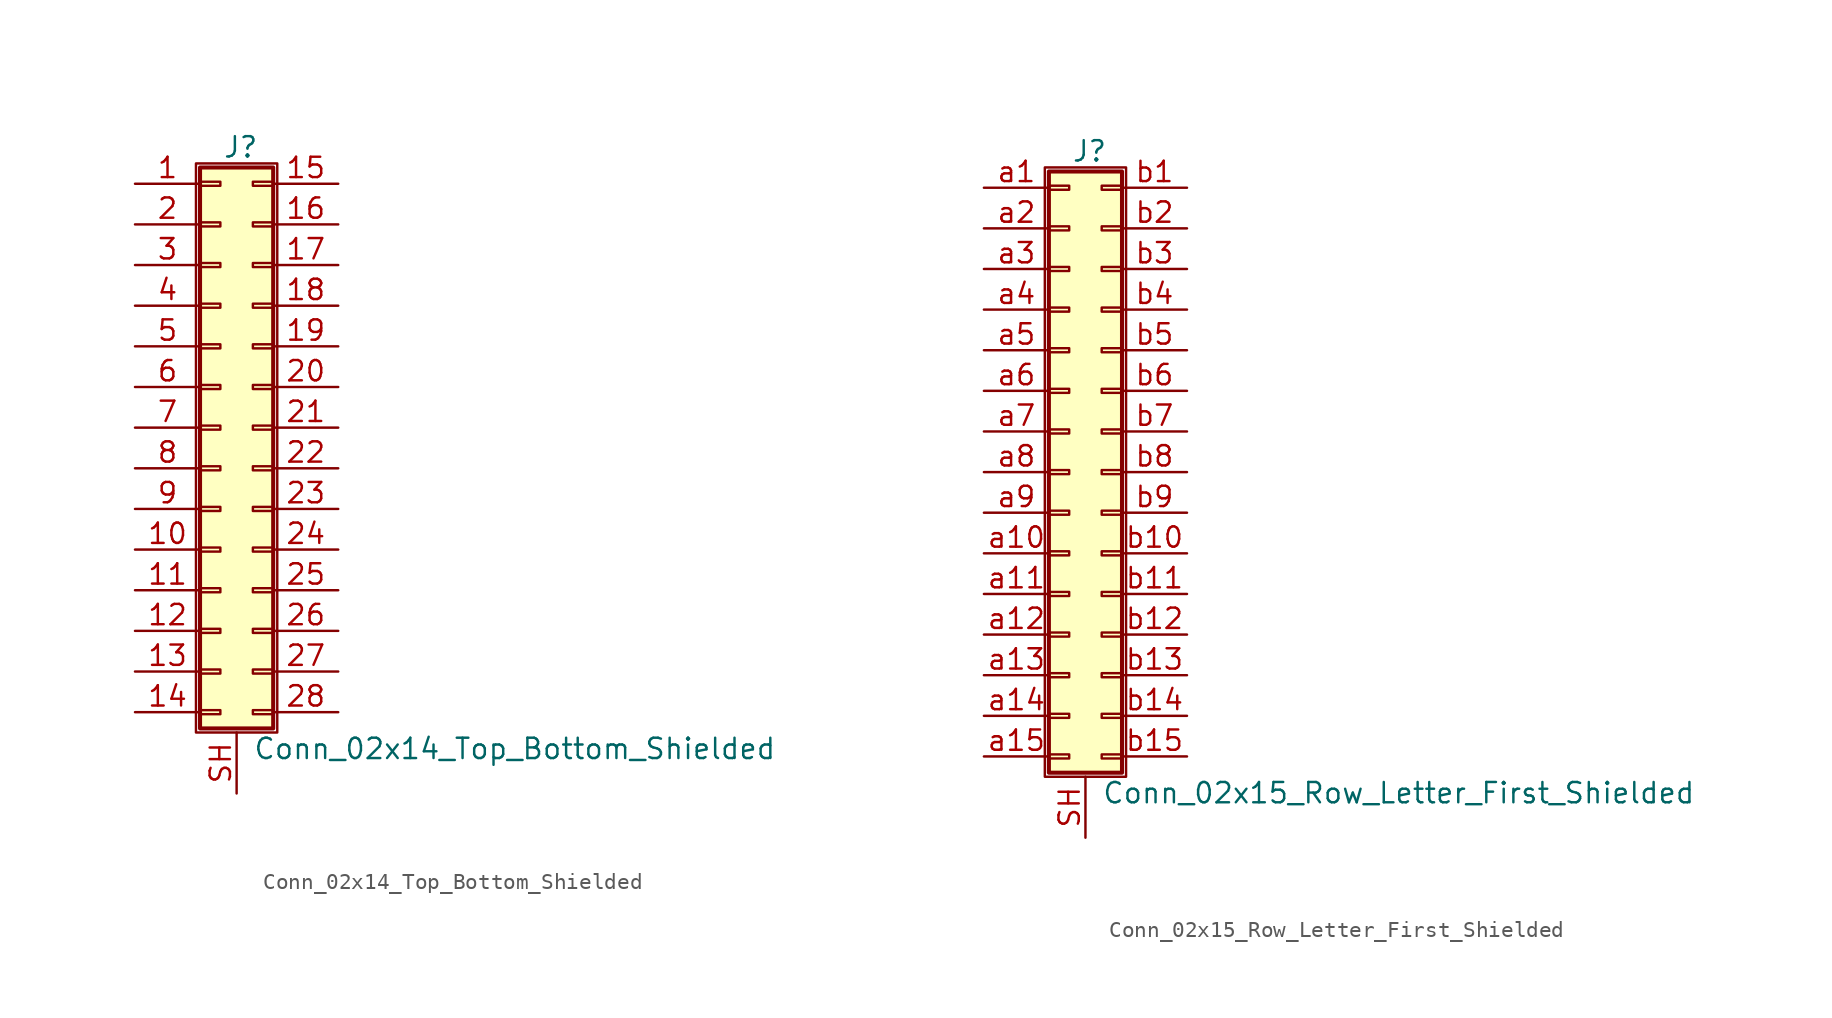
<source format=kicad_sym>
(kicad_symbol_lib
  (version 20201005)
  (generator kicad_symbol_editor)
  (symbol "Conn_02x14_Top_Bottom_Shielded"
    (pin_names
      (offset 1.016) hide)
    (property "Reference" "J"
      (at 1.524 17.526 0)
      (effects (font (size 1.27 1.27))))
    (property "Value" "Conn_02x14_Top_Bottom_Shielded"
      (at 2.286 -20.066 0)
      (effects (font (size 1.27 1.27)) (justify left)))
    (symbol "Conn_02x14_Top_Bottom_Shielded_1_1"
      (rectangle (start -1.27 16.51) (end 3.81 -19.05) (stroke (width 0.152)) (fill (type none)))
      (rectangle (start -1.016 -17.653) (end 0.254 -17.907) (stroke (width 0.152)) (fill (type none)))
      (rectangle (start -1.016 -15.113) (end 0.254 -15.367) (stroke (width 0.152)) (fill (type none)))
      (rectangle (start -1.016 -12.573) (end 0.254 -12.827) (stroke (width 0.152)) (fill (type none)))
      (rectangle (start -1.016 -10.033) (end 0.254 -10.287) (stroke (width 0.152)) (fill (type none)))
      (rectangle (start -1.016 -7.493) (end 0.254 -7.747) (stroke (width 0.152)) (fill (type none)))
      (rectangle (start -1.016 -4.953) (end 0.254 -5.207) (stroke (width 0.152)) (fill (type none)))
      (rectangle (start -1.016 -2.413) (end 0.254 -2.667) (stroke (width 0.152)) (fill (type none)))
      (rectangle (start -1.016 0.127) (end 0.254 -0.127) (stroke (width 0.152)) (fill (type none)))
      (rectangle (start -1.016 2.667) (end 0.254 2.413) (stroke (width 0.152)) (fill (type none)))
      (rectangle (start -1.016 5.207) (end 0.254 4.953) (stroke (width 0.152)) (fill (type none)))
      (rectangle (start -1.016 7.747) (end 0.254 7.493) (stroke (width 0.152)) (fill (type none)))
      (rectangle (start -1.016 10.287) (end 0.254 10.033) (stroke (width 0.152)) (fill (type none)))
      (rectangle (start -1.016 12.827) (end 0.254 12.573) (stroke (width 0.152)) (fill (type none)))
      (rectangle (start -1.016 15.367) (end 0.254 15.113) (stroke (width 0.152)) (fill (type none)))
      (rectangle (start -1.016 16.256) (end 3.556 -18.796) (stroke (width 0.254)) (fill (type background)))
      (rectangle (start 3.556 -17.653) (end 2.286 -17.907) (stroke (width 0.152)) (fill (type none)))
      (rectangle (start 3.556 -15.113) (end 2.286 -15.367) (stroke (width 0.152)) (fill (type none)))
      (rectangle (start 3.556 -12.573) (end 2.286 -12.827) (stroke (width 0.152)) (fill (type none)))
      (rectangle (start 3.556 -10.033) (end 2.286 -10.287) (stroke (width 0.152)) (fill (type none)))
      (rectangle (start 3.556 -7.493) (end 2.286 -7.747) (stroke (width 0.152)) (fill (type none)))
      (rectangle (start 3.556 -4.953) (end 2.286 -5.207) (stroke (width 0.152)) (fill (type none)))
      (rectangle (start 3.556 -2.413) (end 2.286 -2.667) (stroke (width 0.152)) (fill (type none)))
      (rectangle (start 3.556 0.127) (end 2.286 -0.127) (stroke (width 0.152)) (fill (type none)))
      (rectangle (start 3.556 2.667) (end 2.286 2.413) (stroke (width 0.152)) (fill (type none)))
      (rectangle (start 3.556 5.207) (end 2.286 4.953) (stroke (width 0.152)) (fill (type none)))
      (rectangle (start 3.556 7.747) (end 2.286 7.493) (stroke (width 0.152)) (fill (type none)))
      (rectangle (start 3.556 10.287) (end 2.286 10.033) (stroke (width 0.152)) (fill (type none)))
      (rectangle (start 3.556 12.827) (end 2.286 12.573) (stroke (width 0.152)) (fill (type none)))
      (rectangle (start 3.556 15.367) (end 2.286 15.113) (stroke (width 0.152)) (fill (type none)))
      (pin passive line (at -5.08 15.24 0) (length 4.064) (name "Pin_1" (effects (font (size 1.27 1.27)))) (number "1" (effects (font (size 1.27 1.27)))))
      (pin passive line (at -5.08 -7.62 0) (length 4.064) (name "Pin_10" (effects (font (size 1.27 1.27)))) (number "10" (effects (font (size 1.27 1.27)))))
      (pin passive line (at -5.08 -10.16 0) (length 4.064) (name "Pin_11" (effects (font (size 1.27 1.27)))) (number "11" (effects (font (size 1.27 1.27)))))
      (pin passive line (at -5.08 -12.7 0) (length 4.064) (name "Pin_12" (effects (font (size 1.27 1.27)))) (number "12" (effects (font (size 1.27 1.27)))))
      (pin passive line (at -5.08 -15.24 0) (length 4.064) (name "Pin_13" (effects (font (size 1.27 1.27)))) (number "13" (effects (font (size 1.27 1.27)))))
      (pin passive line (at -5.08 -17.78 0) (length 4.064) (name "Pin_14" (effects (font (size 1.27 1.27)))) (number "14" (effects (font (size 1.27 1.27)))))
      (pin passive line (at 7.62 15.24 180) (length 4.064) (name "Pin_15" (effects (font (size 1.27 1.27)))) (number "15" (effects (font (size 1.27 1.27)))))
      (pin passive line (at 7.62 12.7 180) (length 4.064) (name "Pin_16" (effects (font (size 1.27 1.27)))) (number "16" (effects (font (size 1.27 1.27)))))
      (pin passive line (at 7.62 10.16 180) (length 4.064) (name "Pin_17" (effects (font (size 1.27 1.27)))) (number "17" (effects (font (size 1.27 1.27)))))
      (pin passive line (at 7.62 7.62 180) (length 4.064) (name "Pin_18" (effects (font (size 1.27 1.27)))) (number "18" (effects (font (size 1.27 1.27)))))
      (pin passive line (at 7.62 5.08 180) (length 4.064) (name "Pin_19" (effects (font (size 1.27 1.27)))) (number "19" (effects (font (size 1.27 1.27)))))
      (pin passive line (at -5.08 12.7 0) (length 4.064) (name "Pin_2" (effects (font (size 1.27 1.27)))) (number "2" (effects (font (size 1.27 1.27)))))
      (pin passive line (at 7.62 2.54 180) (length 4.064) (name "Pin_20" (effects (font (size 1.27 1.27)))) (number "20" (effects (font (size 1.27 1.27)))))
      (pin passive line (at 7.62 0 180) (length 4.064) (name "Pin_21" (effects (font (size 1.27 1.27)))) (number "21" (effects (font (size 1.27 1.27)))))
      (pin passive line (at 7.62 -2.54 180) (length 4.064) (name "Pin_22" (effects (font (size 1.27 1.27)))) (number "22" (effects (font (size 1.27 1.27)))))
      (pin passive line (at 7.62 -5.08 180) (length 4.064) (name "Pin_23" (effects (font (size 1.27 1.27)))) (number "23" (effects (font (size 1.27 1.27)))))
      (pin passive line (at 7.62 -7.62 180) (length 4.064) (name "Pin_24" (effects (font (size 1.27 1.27)))) (number "24" (effects (font (size 1.27 1.27)))))
      (pin passive line (at 7.62 -10.16 180) (length 4.064) (name "Pin_25" (effects (font (size 1.27 1.27)))) (number "25" (effects (font (size 1.27 1.27)))))
      (pin passive line (at 7.62 -12.7 180) (length 4.064) (name "Pin_26" (effects (font (size 1.27 1.27)))) (number "26" (effects (font (size 1.27 1.27)))))
      (pin passive line (at 7.62 -15.24 180) (length 4.064) (name "Pin_27" (effects (font (size 1.27 1.27)))) (number "27" (effects (font (size 1.27 1.27)))))
      (pin passive line (at 7.62 -17.78 180) (length 4.064) (name "Pin_28" (effects (font (size 1.27 1.27)))) (number "28" (effects (font (size 1.27 1.27)))))
      (pin passive line (at -5.08 10.16 0) (length 4.064) (name "Pin_3" (effects (font (size 1.27 1.27)))) (number "3" (effects (font (size 1.27 1.27)))))
      (pin passive line (at -5.08 7.62 0) (length 4.064) (name "Pin_4" (effects (font (size 1.27 1.27)))) (number "4" (effects (font (size 1.27 1.27)))))
      (pin passive line (at -5.08 5.08 0) (length 4.064) (name "Pin_5" (effects (font (size 1.27 1.27)))) (number "5" (effects (font (size 1.27 1.27)))))
      (pin passive line (at -5.08 2.54 0) (length 4.064) (name "Pin_6" (effects (font (size 1.27 1.27)))) (number "6" (effects (font (size 1.27 1.27)))))
      (pin passive line (at -5.08 0 0) (length 4.064) (name "Pin_7" (effects (font (size 1.27 1.27)))) (number "7" (effects (font (size 1.27 1.27)))))
      (pin passive line (at -5.08 -2.54 0) (length 4.064) (name "Pin_8" (effects (font (size 1.27 1.27)))) (number "8" (effects (font (size 1.27 1.27)))))
      (pin passive line (at -5.08 -5.08 0) (length 4.064) (name "Pin_9" (effects (font (size 1.27 1.27)))) (number "9" (effects (font (size 1.27 1.27)))))
      (pin passive line (at 1.27 -22.86 90) (length 3.81) (name "Shield" (effects (font (size 1.27 1.27)))) (number "SH" (effects (font (size 1.27 1.27)))))))
  (symbol "Conn_02x15_Row_Letter_First_Shielded"
    (pin_names
      (offset 1.016) hide)
    (property "Reference" "J"
      (at 1.524 20.066 0)
      (effects (font (size 1.27 1.27))))
    (property "Value" "Conn_02x15_Row_Letter_First_Shielded"
      (at 2.286 -20.066 0)
      (effects (font (size 1.27 1.27)) (justify left)))
    (symbol "Conn_02x15_Row_Letter_First_Shielded_1_1"
      (rectangle (start -1.27 19.05) (end 3.81 -19.05) (stroke (width 0.152)) (fill (type none)))
      (rectangle (start -1.016 -17.653) (end 0.254 -17.907) (stroke (width 0.152)) (fill (type none)))
      (rectangle (start -1.016 -15.113) (end 0.254 -15.367) (stroke (width 0.152)) (fill (type none)))
      (rectangle (start -1.016 -12.573) (end 0.254 -12.827) (stroke (width 0.152)) (fill (type none)))
      (rectangle (start -1.016 -10.033) (end 0.254 -10.287) (stroke (width 0.152)) (fill (type none)))
      (rectangle (start -1.016 -7.493) (end 0.254 -7.747) (stroke (width 0.152)) (fill (type none)))
      (rectangle (start -1.016 -4.953) (end 0.254 -5.207) (stroke (width 0.152)) (fill (type none)))
      (rectangle (start -1.016 -2.413) (end 0.254 -2.667) (stroke (width 0.152)) (fill (type none)))
      (rectangle (start -1.016 0.127) (end 0.254 -0.127) (stroke (width 0.152)) (fill (type none)))
      (rectangle (start -1.016 2.667) (end 0.254 2.413) (stroke (width 0.152)) (fill (type none)))
      (rectangle (start -1.016 5.207) (end 0.254 4.953) (stroke (width 0.152)) (fill (type none)))
      (rectangle (start -1.016 7.747) (end 0.254 7.493) (stroke (width 0.152)) (fill (type none)))
      (rectangle (start -1.016 10.287) (end 0.254 10.033) (stroke (width 0.152)) (fill (type none)))
      (rectangle (start -1.016 12.827) (end 0.254 12.573) (stroke (width 0.152)) (fill (type none)))
      (rectangle (start -1.016 15.367) (end 0.254 15.113) (stroke (width 0.152)) (fill (type none)))
      (rectangle (start -1.016 17.907) (end 0.254 17.653) (stroke (width 0.152)) (fill (type none)))
      (rectangle (start -1.016 18.796) (end 3.556 -18.796) (stroke (width 0.254)) (fill (type background)))
      (rectangle (start 3.556 -17.653) (end 2.286 -17.907) (stroke (width 0.152)) (fill (type none)))
      (rectangle (start 3.556 -15.113) (end 2.286 -15.367) (stroke (width 0.152)) (fill (type none)))
      (rectangle (start 3.556 -12.573) (end 2.286 -12.827) (stroke (width 0.152)) (fill (type none)))
      (rectangle (start 3.556 -10.033) (end 2.286 -10.287) (stroke (width 0.152)) (fill (type none)))
      (rectangle (start 3.556 -7.493) (end 2.286 -7.747) (stroke (width 0.152)) (fill (type none)))
      (rectangle (start 3.556 -4.953) (end 2.286 -5.207) (stroke (width 0.152)) (fill (type none)))
      (rectangle (start 3.556 -2.413) (end 2.286 -2.667) (stroke (width 0.152)) (fill (type none)))
      (rectangle (start 3.556 0.127) (end 2.286 -0.127) (stroke (width 0.152)) (fill (type none)))
      (rectangle (start 3.556 2.667) (end 2.286 2.413) (stroke (width 0.152)) (fill (type none)))
      (rectangle (start 3.556 5.207) (end 2.286 4.953) (stroke (width 0.152)) (fill (type none)))
      (rectangle (start 3.556 7.747) (end 2.286 7.493) (stroke (width 0.152)) (fill (type none)))
      (rectangle (start 3.556 10.287) (end 2.286 10.033) (stroke (width 0.152)) (fill (type none)))
      (rectangle (start 3.556 12.827) (end 2.286 12.573) (stroke (width 0.152)) (fill (type none)))
      (rectangle (start 3.556 15.367) (end 2.286 15.113) (stroke (width 0.152)) (fill (type none)))
      (rectangle (start 3.556 17.907) (end 2.286 17.653) (stroke (width 0.152)) (fill (type none)))
      (pin passive line (at 1.27 -22.86 90) (length 3.81) (name "Shield" (effects (font (size 1.27 1.27)))) (number "SH" (effects (font (size 1.27 1.27)))))
      (pin passive line (at -5.08 17.78 0) (length 4.064) (name "Pin_a1" (effects (font (size 1.27 1.27)))) (number "a1" (effects (font (size 1.27 1.27)))))
      (pin passive line (at -5.08 -5.08 0) (length 4.064) (name "Pin_a10" (effects (font (size 1.27 1.27)))) (number "a10" (effects (font (size 1.27 1.27)))))
      (pin passive line (at -5.08 -7.62 0) (length 4.064) (name "Pin_a11" (effects (font (size 1.27 1.27)))) (number "a11" (effects (font (size 1.27 1.27)))))
      (pin passive line (at -5.08 -10.16 0) (length 4.064) (name "Pin_a12" (effects (font (size 1.27 1.27)))) (number "a12" (effects (font (size 1.27 1.27)))))
      (pin passive line (at -5.08 -12.7 0) (length 4.064) (name "Pin_a13" (effects (font (size 1.27 1.27)))) (number "a13" (effects (font (size 1.27 1.27)))))
      (pin passive line (at -5.08 -15.24 0) (length 4.064) (name "Pin_a14" (effects (font (size 1.27 1.27)))) (number "a14" (effects (font (size 1.27 1.27)))))
      (pin passive line (at -5.08 -17.78 0) (length 4.064) (name "Pin_a15" (effects (font (size 1.27 1.27)))) (number "a15" (effects (font (size 1.27 1.27)))))
      (pin passive line (at -5.08 15.24 0) (length 4.064) (name "Pin_a2" (effects (font (size 1.27 1.27)))) (number "a2" (effects (font (size 1.27 1.27)))))
      (pin passive line (at -5.08 12.7 0) (length 4.064) (name "Pin_a3" (effects (font (size 1.27 1.27)))) (number "a3" (effects (font (size 1.27 1.27)))))
      (pin passive line (at -5.08 10.16 0) (length 4.064) (name "Pin_a4" (effects (font (size 1.27 1.27)))) (number "a4" (effects (font (size 1.27 1.27)))))
      (pin passive line (at -5.08 7.62 0) (length 4.064) (name "Pin_a5" (effects (font (size 1.27 1.27)))) (number "a5" (effects (font (size 1.27 1.27)))))
      (pin passive line (at -5.08 5.08 0) (length 4.064) (name "Pin_a6" (effects (font (size 1.27 1.27)))) (number "a6" (effects (font (size 1.27 1.27)))))
      (pin passive line (at -5.08 2.54 0) (length 4.064) (name "Pin_a7" (effects (font (size 1.27 1.27)))) (number "a7" (effects (font (size 1.27 1.27)))))
      (pin passive line (at -5.08 0 0) (length 4.064) (name "Pin_a8" (effects (font (size 1.27 1.27)))) (number "a8" (effects (font (size 1.27 1.27)))))
      (pin passive line (at -5.08 -2.54 0) (length 4.064) (name "Pin_a9" (effects (font (size 1.27 1.27)))) (number "a9" (effects (font (size 1.27 1.27)))))
      (pin passive line (at 7.62 17.78 180) (length 4.064) (name "Pin_b1" (effects (font (size 1.27 1.27)))) (number "b1" (effects (font (size 1.27 1.27)))))
      (pin passive line (at 7.62 -5.08 180) (length 4.064) (name "Pin_b10" (effects (font (size 1.27 1.27)))) (number "b10" (effects (font (size 1.27 1.27)))))
      (pin passive line (at 7.62 -7.62 180) (length 4.064) (name "Pin_b11" (effects (font (size 1.27 1.27)))) (number "b11" (effects (font (size 1.27 1.27)))))
      (pin passive line (at 7.62 -10.16 180) (length 4.064) (name "Pin_b12" (effects (font (size 1.27 1.27)))) (number "b12" (effects (font (size 1.27 1.27)))))
      (pin passive line (at 7.62 -12.7 180) (length 4.064) (name "Pin_b13" (effects (font (size 1.27 1.27)))) (number "b13" (effects (font (size 1.27 1.27)))))
      (pin passive line (at 7.62 -15.24 180) (length 4.064) (name "Pin_b14" (effects (font (size 1.27 1.27)))) (number "b14" (effects (font (size 1.27 1.27)))))
      (pin passive line (at 7.62 -17.78 180) (length 4.064) (name "Pin_b15" (effects (font (size 1.27 1.27)))) (number "b15" (effects (font (size 1.27 1.27)))))
      (pin passive line (at 7.62 15.24 180) (length 4.064) (name "Pin_b2" (effects (font (size 1.27 1.27)))) (number "b2" (effects (font (size 1.27 1.27)))))
      (pin passive line (at 7.62 12.7 180) (length 4.064) (name "Pin_b3" (effects (font (size 1.27 1.27)))) (number "b3" (effects (font (size 1.27 1.27)))))
      (pin passive line (at 7.62 10.16 180) (length 4.064) (name "Pin_b4" (effects (font (size 1.27 1.27)))) (number "b4" (effects (font (size 1.27 1.27)))))
      (pin passive line (at 7.62 7.62 180) (length 4.064) (name "Pin_b5" (effects (font (size 1.27 1.27)))) (number "b5" (effects (font (size 1.27 1.27)))))
      (pin passive line (at 7.62 5.08 180) (length 4.064) (name "Pin_b6" (effects (font (size 1.27 1.27)))) (number "b6" (effects (font (size 1.27 1.27)))))
      (pin passive line (at 7.62 2.54 180) (length 4.064) (name "Pin_b7" (effects (font (size 1.27 1.27)))) (number "b7" (effects (font (size 1.27 1.27)))))
      (pin passive line (at 7.62 0 180) (length 4.064) (name "Pin_b8" (effects (font (size 1.27 1.27)))) (number "b8" (effects (font (size 1.27 1.27)))))
      (pin passive line (at 7.62 -2.54 180) (length 4.064) (name "Pin_b9" (effects (font (size 1.27 1.27)))) (number "b9" (effects (font (size 1.27 1.27))))))))
</source>
